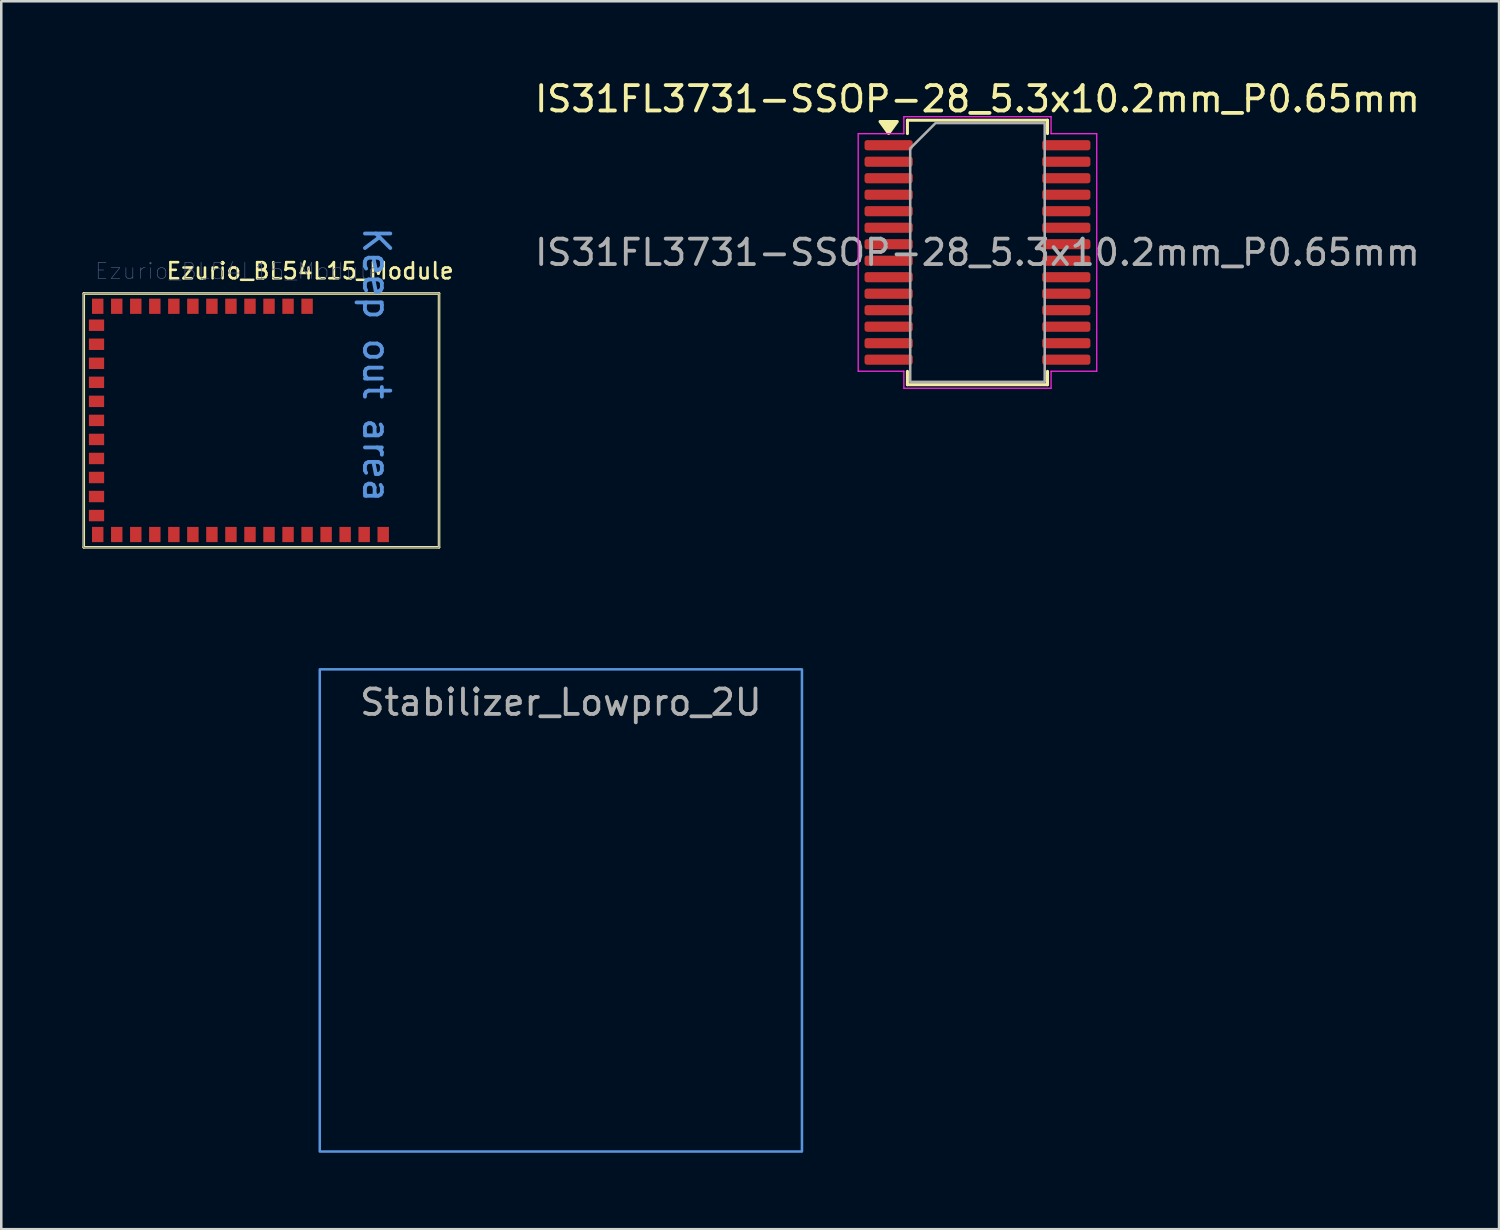
<source format=kicad_pcb>
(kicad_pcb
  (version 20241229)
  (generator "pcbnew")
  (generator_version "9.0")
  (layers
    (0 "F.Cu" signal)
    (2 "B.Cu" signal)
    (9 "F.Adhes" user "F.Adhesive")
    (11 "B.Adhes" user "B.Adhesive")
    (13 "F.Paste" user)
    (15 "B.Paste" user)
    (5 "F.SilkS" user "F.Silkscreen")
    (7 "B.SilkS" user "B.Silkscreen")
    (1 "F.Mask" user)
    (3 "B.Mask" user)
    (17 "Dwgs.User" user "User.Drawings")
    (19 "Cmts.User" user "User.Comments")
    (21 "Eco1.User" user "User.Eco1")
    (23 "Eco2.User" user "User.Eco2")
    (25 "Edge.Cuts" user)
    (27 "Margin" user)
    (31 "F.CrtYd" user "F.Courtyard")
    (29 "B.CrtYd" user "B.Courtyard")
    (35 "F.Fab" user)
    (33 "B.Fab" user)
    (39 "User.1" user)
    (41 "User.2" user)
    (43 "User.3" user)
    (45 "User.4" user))
  (footprint "Stabilizer_Lowpro_2U"
    (layer "F.Cu")
    (at 19.05 32.825)
    (property "Reference" "Stabilizer_Lowpro_2U" (at -0.1 -10.3 0) (unlocked yes) (layer "Eco1.User") (effects (font (size 1 1) (thickness 0.1))))
    (attr smd)
    (fp_rect (start -9.5 -9.5) (end 9.5 9.5) (stroke (width 0.1) (type solid)) (fill no) (layer "Cmts.User"))
    (fp_rect (start -19 -9.5) (end 19 9.5) (stroke (width 0.1) (type default)) (fill no) (layer "User.2"))
    (fp_line (start -15 -9.5) (end -15 5.33) (stroke (width 0.12) (type solid)) (layer "User.3"))
    (fp_line (start -14.6 -9.9) (end -9.4 -9.9) (stroke (width 0.12) (type solid)) (layer "User.3"))
    (fp_line (start -14.6 5.73) (end -9.4 5.73) (stroke (width 0.12) (type solid)) (layer "User.3"))
    (fp_line (start -9 -9.5) (end -9 5.33) (stroke (width 0.12) (type solid)) (layer "User.3"))
    (fp_line (start 9 -9.5) (end 9 5.33) (stroke (width 0.12) (type solid)) (layer "User.3"))
    (fp_line (start 9.4 5.73) (end 14.6 5.73) (stroke (width 0.12) (type solid)) (layer "User.3"))
    (fp_line (start 14.6 -9.9) (end 9.4 -9.9) (stroke (width 0.12) (type solid)) (layer "User.3"))
    (fp_line (start 15 -9.5) (end 15 5.33) (stroke (width 0.12) (type solid)) (layer "User.3"))
    (fp_rect (start 9.5 -9.5) (end -9.5 9.5) (stroke (width 0.12) (type solid)) (fill no) (layer "User.3"))
    (fp_arc (start -15 -9.5) (mid -14.882843 -9.782842) (end -14.600002 -9.9) (stroke (width 0.12) (type solid)) (layer "User.3"))
    (fp_arc (start -14.6 5.73) (mid -14.882843 5.612843) (end -15 5.33) (stroke (width 0.12) (type solid)) (layer "User.3"))
    (fp_arc (start -9.4 -9.9) (mid -9.117158 -9.782843) (end -9 -9.500002) (stroke (width 0.12) (type solid)) (layer "User.3"))
    (fp_arc (start -9 5.33) (mid -9.117157 5.612843) (end -9.4 5.73) (stroke (width 0.12) (type solid)) (layer "User.3"))
    (fp_arc (start 9 -9.5) (mid 9.117157 -9.782843) (end 9.4 -9.9) (stroke (width 0.12) (type solid)) (layer "User.3"))
    (fp_arc (start 9.4 5.73) (mid 9.117157 5.612843) (end 9 5.33) (stroke (width 0.12) (type solid)) (layer "User.3"))
    (fp_arc (start 14.6 -9.9) (mid 14.882843 -9.782843) (end 15 -9.5) (stroke (width 0.12) (type solid)) (layer "User.3"))
    (fp_arc (start 15 5.33) (mid 14.882843 5.612843) (end 14.6 5.73) (stroke (width 0.12) (type solid)) (layer "User.3"))
    (fp_text user "${REFERENCE}" (at 0 -8.2 0) (layer "F.Fab") (effects (font (size 1 1) (thickness 0.15)))))
  (footprint "IS31FL3731-SSOP-28_5.3x10.2mm_P0.65mm"
    (layer "F.Cu")
    (at 35.466 6.898)
    (property "Reference" "IS31FL3731-SSOP-28_5.3x10.2mm_P0.65mm" (at 0 -6.05 0) (layer "F.SilkS") (effects (font (size 1 1) (thickness 0.15))))
    (attr smd)
    (fp_line (start -2.76 -5.21) (end 2.76 -5.21) (stroke (width 0.12) (type solid)) (layer "F.SilkS"))
    (fp_line (start -2.76 -4.685) (end -2.76 -5.21) (stroke (width 0.12) (type solid)) (layer "F.SilkS"))
    (fp_line (start -2.76 5.21) (end -2.76 4.685) (stroke (width 0.12) (type solid)) (layer "F.SilkS"))
    (fp_line (start 2.76 -5.21) (end 2.76 -4.685) (stroke (width 0.12) (type solid)) (layer "F.SilkS"))
    (fp_line (start 2.76 4.685) (end 2.76 5.21) (stroke (width 0.12) (type solid)) (layer "F.SilkS"))
    (fp_line (start 2.76 5.21) (end -2.76 5.21) (stroke (width 0.12) (type solid)) (layer "F.SilkS"))
    (fp_poly (pts (xy -3.5 -4.69) (xy -3.84 -5.16) (xy -3.16 -5.16)) (stroke (width 0.12) (type solid)) (fill yes) (layer "F.SilkS"))
    (fp_line (start -4.7 -4.68) (end -2.9 -4.68) (stroke (width 0.05) (type solid)) (layer "F.CrtYd"))
    (fp_line (start -4.7 4.68) (end -4.7 -4.68) (stroke (width 0.05) (type solid)) (layer "F.CrtYd"))
    (fp_line (start -2.9 -5.35) (end 2.9 -5.35) (stroke (width 0.05) (type solid)) (layer "F.CrtYd"))
    (fp_line (start -2.9 -4.68) (end -2.9 -5.35) (stroke (width 0.05) (type solid)) (layer "F.CrtYd"))
    (fp_line (start -2.9 4.68) (end -4.7 4.68) (stroke (width 0.05) (type solid)) (layer "F.CrtYd"))
    (fp_line (start -2.9 5.35) (end -2.9 4.68) (stroke (width 0.05) (type solid)) (layer "F.CrtYd"))
    (fp_line (start 2.9 -5.35) (end 2.9 -4.68) (stroke (width 0.05) (type solid)) (layer "F.CrtYd"))
    (fp_line (start 2.9 -4.68) (end 4.7 -4.68) (stroke (width 0.05) (type solid)) (layer "F.CrtYd"))
    (fp_line (start 2.9 4.68) (end 2.9 5.35) (stroke (width 0.05) (type solid)) (layer "F.CrtYd"))
    (fp_line (start 2.9 5.35) (end -2.9 5.35) (stroke (width 0.05) (type solid)) (layer "F.CrtYd"))
    (fp_line (start 4.7 -4.68) (end 4.7 4.68) (stroke (width 0.05) (type solid)) (layer "F.CrtYd"))
    (fp_line (start 4.7 4.68) (end 2.9 4.68) (stroke (width 0.05) (type solid)) (layer "F.CrtYd"))
    (fp_poly (pts (xy -2.65 -4.1) (xy -2.65 5.1) (xy 2.65 5.1) (xy 2.65 -5.1) (xy -1.65 -5.1)) (stroke (width 0.1) (type solid)) (fill no) (layer "F.Fab"))
    (fp_text user "${REFERENCE}" (at 0 0 0) (layer "F.Fab") (effects (font (size 1 1) (thickness 0.15))))
    (pad "1" smd roundrect (at -3.5 -4.225) (size 1.9 0.4) (layers "F.Cu" "F.Mask" "F.Paste") (roundrect_rratio 0.25))
    (pad "2" smd roundrect (at -3.5 -3.575) (size 1.9 0.4) (layers "F.Cu" "F.Mask" "F.Paste") (roundrect_rratio 0.25))
    (pad "3" smd roundrect (at -3.5 -2.925) (size 1.9 0.4) (layers "F.Cu" "F.Mask" "F.Paste") (roundrect_rratio 0.25))
    (pad "4" smd roundrect (at -3.5 -2.275) (size 1.9 0.4) (layers "F.Cu" "F.Mask" "F.Paste") (roundrect_rratio 0.25))
    (pad "5" smd roundrect (at -3.5 -1.625) (size 1.9 0.4) (layers "F.Cu" "F.Mask" "F.Paste") (roundrect_rratio 0.25))
    (pad "6" smd roundrect (at -3.5 -0.975) (size 1.9 0.4) (layers "F.Cu" "F.Mask" "F.Paste") (roundrect_rratio 0.25))
    (pad "7" smd roundrect (at -3.5 -0.325) (size 1.9 0.4) (layers "F.Cu" "F.Mask" "F.Paste") (roundrect_rratio 0.25))
    (pad "8" smd roundrect (at -3.5 0.325) (size 1.9 0.4) (layers "F.Cu" "F.Mask" "F.Paste") (roundrect_rratio 0.25))
    (pad "9" smd roundrect (at -3.5 0.975) (size 1.9 0.4) (layers "F.Cu" "F.Mask" "F.Paste") (roundrect_rratio 0.25))
    (pad "10" smd roundrect (at -3.5 1.625) (size 1.9 0.4) (layers "F.Cu" "F.Mask" "F.Paste") (roundrect_rratio 0.25))
    (pad "11" smd roundrect (at -3.5 2.275) (size 1.9 0.4) (layers "F.Cu" "F.Mask" "F.Paste") (roundrect_rratio 0.25))
    (pad "12" smd roundrect (at -3.5 2.925) (size 1.9 0.4) (layers "F.Cu" "F.Mask" "F.Paste") (roundrect_rratio 0.25))
    (pad "13" smd roundrect (at -3.5 3.575) (size 1.9 0.4) (layers "F.Cu" "F.Mask" "F.Paste") (roundrect_rratio 0.25))
    (pad "14" smd roundrect (at -3.5 4.225) (size 1.9 0.4) (layers "F.Cu" "F.Mask" "F.Paste") (roundrect_rratio 0.25))
    (pad "15" smd roundrect (at 3.5 4.225) (size 1.9 0.4) (layers "F.Cu" "F.Mask" "F.Paste") (roundrect_rratio 0.25))
    (pad "16" smd roundrect (at 3.5 3.575) (size 1.9 0.4) (layers "F.Cu" "F.Mask" "F.Paste") (roundrect_rratio 0.25))
    (pad "17" smd roundrect (at 3.5 2.925) (size 1.9 0.4) (layers "F.Cu" "F.Mask" "F.Paste") (roundrect_rratio 0.25))
    (pad "18" smd roundrect (at 3.5 2.275) (size 1.9 0.4) (layers "F.Cu" "F.Mask" "F.Paste") (roundrect_rratio 0.25))
    (pad "19" smd roundrect (at 3.5 1.625) (size 1.9 0.4) (layers "F.Cu" "F.Mask" "F.Paste") (roundrect_rratio 0.25))
    (pad "20" smd roundrect (at 3.5 0.975) (size 1.9 0.4) (layers "F.Cu" "F.Mask" "F.Paste") (roundrect_rratio 0.25))
    (pad "21" smd roundrect (at 3.5 0.325) (size 1.9 0.4) (layers "F.Cu" "F.Mask" "F.Paste") (roundrect_rratio 0.25))
    (pad "22" smd roundrect (at 3.5 -0.325) (size 1.9 0.4) (layers "F.Cu" "F.Mask" "F.Paste") (roundrect_rratio 0.25))
    (pad "23" smd roundrect (at 3.5 -0.975) (size 1.9 0.4) (layers "F.Cu" "F.Mask" "F.Paste") (roundrect_rratio 0.25))
    (pad "24" smd roundrect (at 3.5 -1.625) (size 1.9 0.4) (layers "F.Cu" "F.Mask" "F.Paste") (roundrect_rratio 0.25))
    (pad "25" smd roundrect (at 3.5 -2.275) (size 1.9 0.4) (layers "F.Cu" "F.Mask" "F.Paste") (roundrect_rratio 0.25))
    (pad "26" smd roundrect (at 3.5 -2.925) (size 1.9 0.4) (layers "F.Cu" "F.Mask" "F.Paste") (roundrect_rratio 0.25))
    (pad "27" smd roundrect (at 3.5 -3.575) (size 1.9 0.4) (layers "F.Cu" "F.Mask" "F.Paste") (roundrect_rratio 0.25))
    (pad "28" smd roundrect (at 3.5 -4.225) (size 1.9 0.4) (layers "F.Cu" "F.Mask" "F.Paste") (roundrect_rratio 0.25)))
  (footprint "Ezurio_BL54L15_Module"
    (layer "F.Cu")
    (at 0.25 18.515)
    (property "Reference" "Ezurio_BL54L15_Module" (at 8.919 -10.889 0) (unlocked yes) (layer "F.SilkS") (effects (font (size 0.635 0.635) (thickness 0.102))))
    (fp_line (start 0 -10) (end 14 -10) (stroke (width 0.102) (type solid)) (layer "F.SilkS"))
    (fp_line (start 0 0) (end 0 -10) (stroke (width 0.102) (type solid)) (layer "F.SilkS"))
    (fp_line (start 0 0) (end 14 0) (stroke (width 0.102) (type solid)) (layer "F.SilkS"))
    (fp_line (start 14 0) (end 14 -10) (stroke (width 0.102) (type solid)) (layer "F.SilkS"))
    (fp_rect (start 9.2 -18.49) (end 14.06 -1.49) (stroke (width 0.05) (type solid)) (fill no) (layer "Eco1.User"))
    (fp_line (start 0 -10) (end 14 -10) (stroke (width 0.025) (type solid)) (layer "B.Fab"))
    (fp_line (start 0 0) (end 0 -10) (stroke (width 0.025) (type solid)) (layer "B.Fab"))
    (fp_line (start 0 0) (end 14 0) (stroke (width 0.025) (type solid)) (layer "B.Fab"))
    (fp_line (start 14 0) (end 14 -10) (stroke (width 0.025) (type solid)) (layer "B.Fab"))
    (fp_text user "Keep out area" (at 10.95 -12.7 270) (unlocked yes) (layer "Cmts.User") (effects (font (size 1 1) (thickness 0.15)) (justify left bottom)))
    (fp_text user "${REFERENCE}" (at 0.404 -10.514 0) (unlocked yes) (layer "B.Fab") (effects (font (size 0.635 0.635) (thickness 0.025)) (justify left bottom)))
    (pad "1" smd rect (at 11.8 -0.503 270) (size 0.6 0.45) (layers "F.Cu" "F.Mask" "F.Paste"))
    (pad "2" smd rect (at 11.05 -0.503 270) (size 0.6 0.45) (layers "F.Cu" "F.Mask" "F.Paste"))
    (pad "3" smd rect (at 10.3 -0.503 270) (size 0.6 0.45) (layers "F.Cu" "F.Mask" "F.Paste"))
    (pad "4" smd rect (at 9.55 -0.503 270) (size 0.6 0.45) (layers "F.Cu" "F.Mask" "F.Paste"))
    (pad "5" smd rect (at 8.8 -0.503 270) (size 0.6 0.45) (layers "F.Cu" "F.Mask" "F.Paste"))
    (pad "6" smd rect (at 8.05 -0.503 270) (size 0.6 0.45) (layers "F.Cu" "F.Mask" "F.Paste"))
    (pad "7" smd rect (at 7.3 -0.503 270) (size 0.6 0.45) (layers "F.Cu" "F.Mask" "F.Paste"))
    (pad "8" smd rect (at 6.55 -0.503 270) (size 0.6 0.45) (layers "F.Cu" "F.Mask" "F.Paste"))
    (pad "9" smd rect (at 5.8 -0.503 270) (size 0.6 0.45) (layers "F.Cu" "F.Mask" "F.Paste"))
    (pad "10" smd rect (at 5.05 -0.503 270) (size 0.6 0.45) (layers "F.Cu" "F.Mask" "F.Paste"))
    (pad "11" smd rect (at 4.3 -0.503 270) (size 0.6 0.45) (layers "F.Cu" "F.Mask" "F.Paste"))
    (pad "12" smd rect (at 3.55 -0.503 270) (size 0.6 0.45) (layers "F.Cu" "F.Mask" "F.Paste"))
    (pad "13" smd rect (at 2.8 -0.503 270) (size 0.6 0.45) (layers "F.Cu" "F.Mask" "F.Paste"))
    (pad "14" smd rect (at 2.05 -0.503 270) (size 0.6 0.45) (layers "F.Cu" "F.Mask" "F.Paste"))
    (pad "15" smd rect (at 1.3 -0.503 270) (size 0.6 0.45) (layers "F.Cu" "F.Mask" "F.Paste"))
    (pad "16" smd rect (at 0.55 -0.503 270) (size 0.6 0.45) (layers "F.Cu" "F.Mask" "F.Paste"))
    (pad "17" smd rect (at 0.503 -1.25) (size 0.6 0.45) (layers "F.Cu" "F.Mask" "F.Paste"))
    (pad "18" smd rect (at 0.503 -2) (size 0.6 0.45) (layers "F.Cu" "F.Mask" "F.Paste"))
    (pad "19" smd rect (at 0.503 -2.75) (size 0.6 0.45) (layers "F.Cu" "F.Mask" "F.Paste"))
    (pad "20" smd rect (at 0.503 -3.5) (size 0.6 0.45) (layers "F.Cu" "F.Mask" "F.Paste"))
    (pad "21" smd rect (at 0.503 -4.25) (size 0.6 0.45) (layers "F.Cu" "F.Mask" "F.Paste"))
    (pad "22" smd rect (at 0.503 -5) (size 0.6 0.45) (layers "F.Cu" "F.Mask" "F.Paste"))
    (pad "23" smd rect (at 0.503 -5.75) (size 0.6 0.45) (layers "F.Cu" "F.Mask" "F.Paste"))
    (pad "24" smd rect (at 0.503 -6.5) (size 0.6 0.45) (layers "F.Cu" "F.Mask" "F.Paste"))
    (pad "25" smd rect (at 0.503 -7.25) (size 0.6 0.45) (layers "F.Cu" "F.Mask" "F.Paste"))
    (pad "26" smd rect (at 0.503 -8) (size 0.6 0.45) (layers "F.Cu" "F.Mask" "F.Paste"))
    (pad "27" smd rect (at 0.503 -8.75) (size 0.6 0.45) (layers "F.Cu" "F.Mask" "F.Paste"))
    (pad "28" smd rect (at 0.55 -9.497 270) (size 0.6 0.45) (layers "F.Cu" "F.Mask" "F.Paste"))
    (pad "29" smd rect (at 1.3 -9.497 270) (size 0.6 0.45) (layers "F.Cu" "F.Mask" "F.Paste"))
    (pad "30" smd rect (at 2.05 -9.497 270) (size 0.6 0.45) (layers "F.Cu" "F.Mask" "F.Paste"))
    (pad "31" smd rect (at 2.8 -9.497 270) (size 0.6 0.45) (layers "F.Cu" "F.Mask" "F.Paste"))
    (pad "32" smd rect (at 3.55 -9.497 270) (size 0.6 0.45) (layers "F.Cu" "F.Mask" "F.Paste"))
    (pad "33" smd rect (at 4.3 -9.497 270) (size 0.6 0.45) (layers "F.Cu" "F.Mask" "F.Paste"))
    (pad "34" smd rect (at 5.05 -9.497 270) (size 0.6 0.45) (layers "F.Cu" "F.Mask" "F.Paste"))
    (pad "35" smd rect (at 5.8 -9.497 270) (size 0.6 0.45) (layers "F.Cu" "F.Mask" "F.Paste"))
    (pad "36" smd rect (at 6.55 -9.497 270) (size 0.6 0.45) (layers "F.Cu" "F.Mask" "F.Paste"))
    (pad "37" smd rect (at 7.3 -9.497 270) (size 0.6 0.45) (layers "F.Cu" "F.Mask" "F.Paste"))
    (pad "38" smd rect (at 8.05 -9.497 270) (size 0.6 0.45) (layers "F.Cu" "F.Mask" "F.Paste"))
    (pad "39" smd rect (at 8.8 -9.497 270) (size 0.6 0.45) (layers "F.Cu" "F.Mask" "F.Paste"))
    (zone (net_name "") (layer "F.Cu") (hatch edge 0.5) (connect_pads) (min_thickness 0.25) (filled_areas_thickness no) (keepout (tracks allowed) (vias allowed) (pads allowed) (copperpour not_allowed) (footprints allowed)) (placement (enabled no)) (fill) (polygon (pts (xy 9.25 8.515) (xy 9.25 17.015) (xy 14.25 17.015) (xy 14.25 8.515)))))
  (gr_rect
    (start -3 -3)
    (end 56.019 45.386)
    (stroke (width 0.1) (type default))
    (fill no)
    (layer "Edge.Cuts")))
</source>
